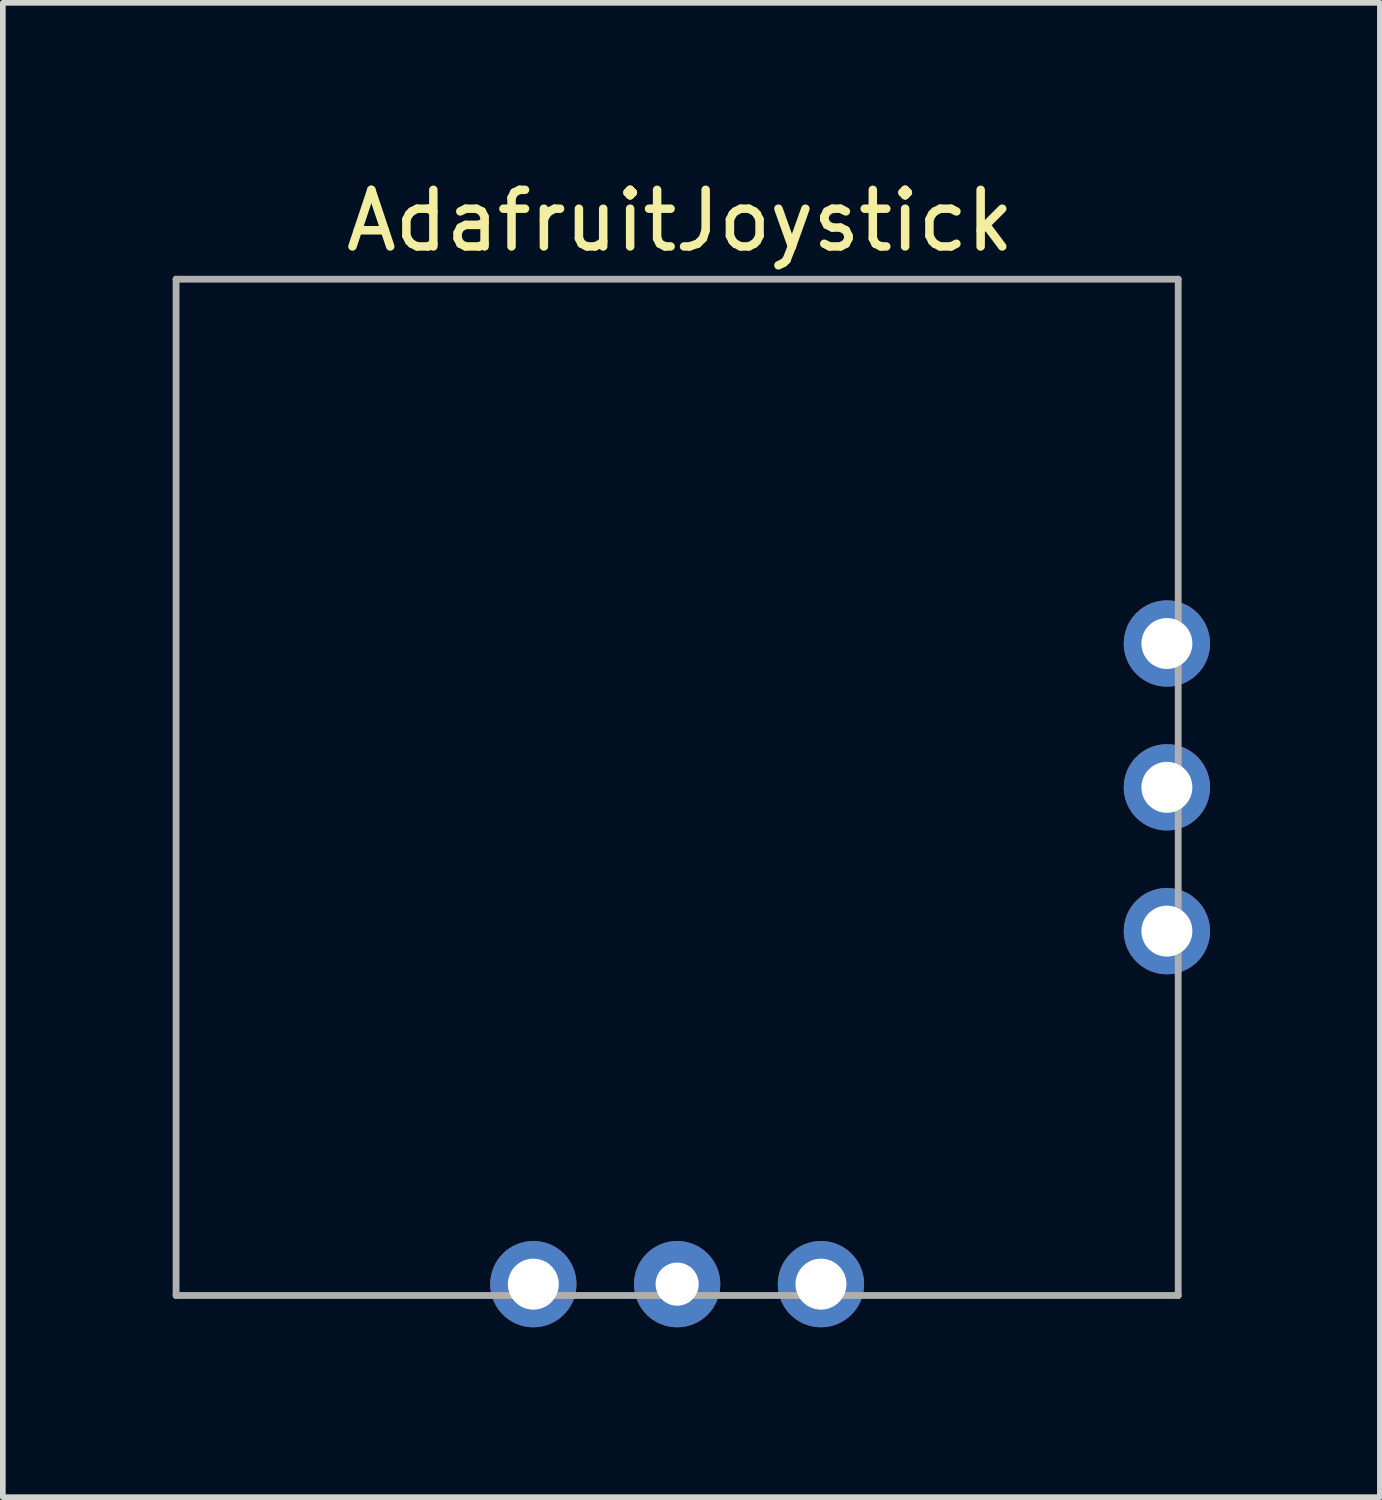
<source format=kicad_pcb>
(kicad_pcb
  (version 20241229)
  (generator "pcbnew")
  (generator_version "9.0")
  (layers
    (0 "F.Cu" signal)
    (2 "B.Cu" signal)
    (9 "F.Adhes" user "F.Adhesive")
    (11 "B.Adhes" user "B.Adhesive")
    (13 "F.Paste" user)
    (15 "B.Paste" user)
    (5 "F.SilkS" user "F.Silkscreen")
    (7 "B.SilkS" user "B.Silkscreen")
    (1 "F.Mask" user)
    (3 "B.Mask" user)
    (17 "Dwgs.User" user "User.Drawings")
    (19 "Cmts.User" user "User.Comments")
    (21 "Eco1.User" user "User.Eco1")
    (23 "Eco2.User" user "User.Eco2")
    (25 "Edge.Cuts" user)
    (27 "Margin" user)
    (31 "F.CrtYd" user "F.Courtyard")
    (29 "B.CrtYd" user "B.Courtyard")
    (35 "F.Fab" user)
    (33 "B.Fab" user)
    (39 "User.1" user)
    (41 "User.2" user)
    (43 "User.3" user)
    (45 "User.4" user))
  (footprint "AdafruitJoystick"
    (layer "F.Cu")
    (at 8.91 10.856)
    (property "Reference" "AdafruitJoystick" (at 0.051 -10.008 0) (layer "F.SilkS") (effects (font (size 1 1) (thickness 0.15))))
    (attr through_hole)
    (fp_line (start -8.85 -8.975) (end 8.85 -8.975) (stroke (width 0.12) (type solid)) (layer "F.Fab"))
    (fp_line (start -8.85 8.975) (end -8.85 -8.975) (stroke (width 0.12) (type solid)) (layer "F.Fab"))
    (fp_line (start 8.85 -8.975) (end 8.85 8.975) (stroke (width 0.12) (type solid)) (layer "F.Fab"))
    (fp_line (start 8.85 8.975) (end -8.85 8.975) (stroke (width 0.12) (type solid)) (layer "F.Fab"))
    (pad "1" thru_hole circle (at 8.65 -2.54) (size 1.524 1.524) (drill 0.9) (layers "*.Cu" "*.Mask"))
    (pad "2" thru_hole circle (at 8.65 0) (size 1.524 1.524) (drill 0.9) (layers "*.Cu" "*.Mask"))
    (pad "3" thru_hole circle (at 8.65 2.54) (size 1.524 1.524) (drill 0.9) (layers "*.Cu" "*.Mask"))
    (pad "4" thru_hole circle (at 2.54 8.775) (size 1.524 1.524) (drill 0.9) (layers "*.Cu" "*.Mask"))
    (pad "5" thru_hole circle (at 0 8.775) (size 1.524 1.524) (drill 0.762) (layers "*.Cu" "*.Mask"))
    (pad "6" thru_hole circle (at -2.54 8.775) (size 1.524 1.524) (drill 0.9) (layers "*.Cu" "*.Mask")))
  (gr_rect
    (start -3 -3)
    (end 21.322 23.393)
    (stroke (width 0.1) (type default))
    (fill no)
    (layer "Edge.Cuts")))
</source>
